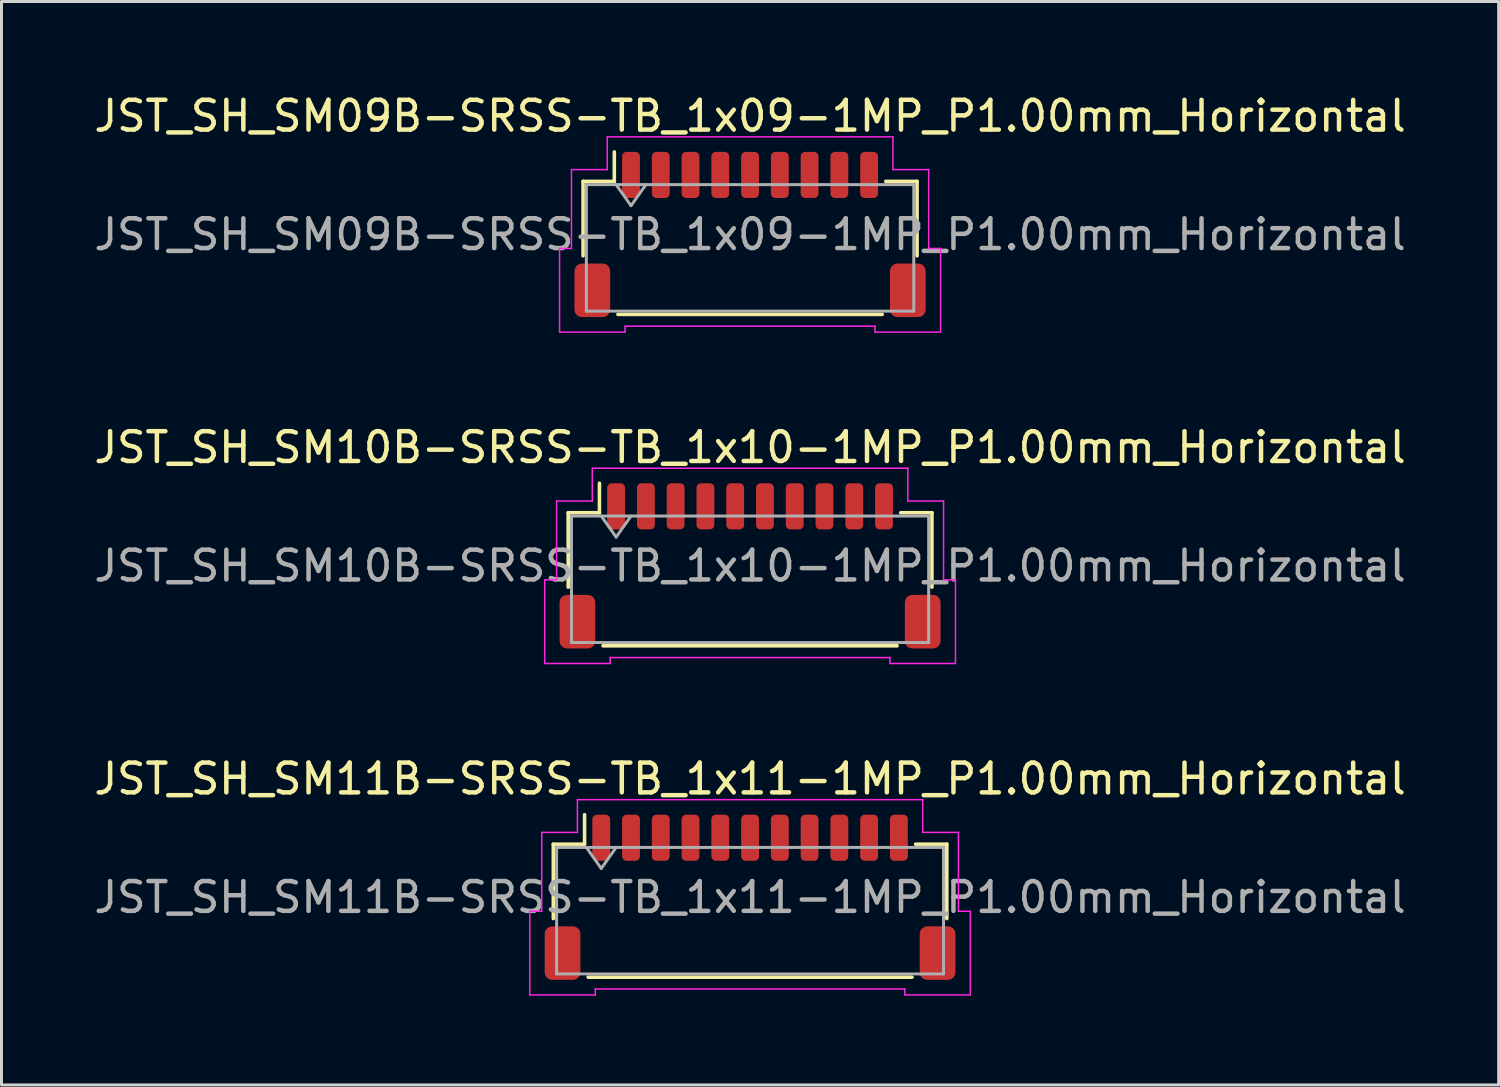
<source format=kicad_pcb>
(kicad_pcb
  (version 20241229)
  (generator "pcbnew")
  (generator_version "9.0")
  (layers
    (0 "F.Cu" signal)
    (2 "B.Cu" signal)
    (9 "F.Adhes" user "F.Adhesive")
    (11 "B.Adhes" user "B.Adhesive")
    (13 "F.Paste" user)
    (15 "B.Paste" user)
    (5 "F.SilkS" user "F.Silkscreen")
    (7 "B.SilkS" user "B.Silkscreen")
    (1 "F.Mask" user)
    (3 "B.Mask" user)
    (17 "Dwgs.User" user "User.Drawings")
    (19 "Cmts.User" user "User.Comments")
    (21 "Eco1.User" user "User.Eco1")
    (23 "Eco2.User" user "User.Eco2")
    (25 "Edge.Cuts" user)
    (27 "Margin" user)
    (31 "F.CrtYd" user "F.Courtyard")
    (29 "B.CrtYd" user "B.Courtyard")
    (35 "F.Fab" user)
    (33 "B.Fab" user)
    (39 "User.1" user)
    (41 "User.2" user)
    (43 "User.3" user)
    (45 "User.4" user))
  (footprint "JST_SH_SM11B-SRSS-TB_1x11-1MP_P1.00mm_Horizontal"
    (layer "F.Cu")
    (at 22.149 27.095)
    (property "Reference" "JST_SH_SM11B-SRSS-TB_1x11-1MP_P1.00mm_Horizontal" (at 0 -3.98 0) (layer "F.SilkS") (effects (font (size 1 1) (thickness 0.15))))
    (attr smd)
    (fp_line (start -6.61 -1.785) (end -5.56 -1.785) (stroke (width 0.12) (type solid)) (layer "F.SilkS"))
    (fp_line (start -6.61 0.715) (end -6.61 -1.785) (stroke (width 0.12) (type solid)) (layer "F.SilkS"))
    (fp_line (start -5.56 -1.785) (end -5.56 -2.775) (stroke (width 0.12) (type solid)) (layer "F.SilkS"))
    (fp_line (start -5.44 2.685) (end 5.44 2.685) (stroke (width 0.12) (type solid)) (layer "F.SilkS"))
    (fp_line (start 6.61 -1.785) (end 5.56 -1.785) (stroke (width 0.12) (type solid)) (layer "F.SilkS"))
    (fp_line (start 6.61 0.715) (end 6.61 -1.785) (stroke (width 0.12) (type solid)) (layer "F.SilkS"))
    (fp_line (start -7.4 0.47) (end -7 0.47) (stroke (width 0.05) (type solid)) (layer "F.CrtYd"))
    (fp_line (start -7.4 3.28) (end -7.4 0.47) (stroke (width 0.05) (type solid)) (layer "F.CrtYd"))
    (fp_line (start -7 -2.18) (end -5.8 -2.18) (stroke (width 0.05) (type solid)) (layer "F.CrtYd"))
    (fp_line (start -7 0.47) (end -7 -2.18) (stroke (width 0.05) (type solid)) (layer "F.CrtYd"))
    (fp_line (start -5.8 -3.28) (end 5.8 -3.28) (stroke (width 0.05) (type solid)) (layer "F.CrtYd"))
    (fp_line (start -5.8 -2.18) (end -5.8 -3.28) (stroke (width 0.05) (type solid)) (layer "F.CrtYd"))
    (fp_line (start -5.2 3.08) (end -5.2 3.28) (stroke (width 0.05) (type solid)) (layer "F.CrtYd"))
    (fp_line (start -5.2 3.28) (end -7.4 3.28) (stroke (width 0.05) (type solid)) (layer "F.CrtYd"))
    (fp_line (start 5.2 3.08) (end -5.2 3.08) (stroke (width 0.05) (type solid)) (layer "F.CrtYd"))
    (fp_line (start 5.2 3.28) (end 5.2 3.08) (stroke (width 0.05) (type solid)) (layer "F.CrtYd"))
    (fp_line (start 5.8 -3.28) (end 5.8 -2.18) (stroke (width 0.05) (type solid)) (layer "F.CrtYd"))
    (fp_line (start 5.8 -2.18) (end 7 -2.18) (stroke (width 0.05) (type solid)) (layer "F.CrtYd"))
    (fp_line (start 7 -2.18) (end 7 0.47) (stroke (width 0.05) (type solid)) (layer "F.CrtYd"))
    (fp_line (start 7 0.47) (end 7.4 0.47) (stroke (width 0.05) (type solid)) (layer "F.CrtYd"))
    (fp_line (start 7.4 0.47) (end 7.4 3.28) (stroke (width 0.05) (type solid)) (layer "F.CrtYd"))
    (fp_line (start 7.4 3.28) (end 5.2 3.28) (stroke (width 0.05) (type solid)) (layer "F.CrtYd"))
    (fp_line (start -6.5 -1.675) (end -6.5 2.575) (stroke (width 0.1) (type solid)) (layer "F.Fab"))
    (fp_line (start -6.5 -1.675) (end 6.5 -1.675) (stroke (width 0.1) (type solid)) (layer "F.Fab"))
    (fp_line (start -6.5 2.575) (end 6.5 2.575) (stroke (width 0.1) (type solid)) (layer "F.Fab"))
    (fp_line (start -5.5 -1.675) (end -5 -0.968) (stroke (width 0.1) (type solid)) (layer "F.Fab"))
    (fp_line (start -5 -0.968) (end -4.5 -1.675) (stroke (width 0.1) (type solid)) (layer "F.Fab"))
    (fp_line (start 6.5 -1.675) (end 6.5 2.575) (stroke (width 0.1) (type solid)) (layer "F.Fab"))
    (fp_text user "${REFERENCE}" (at 0 0 0) (layer "F.Fab") (effects (font (size 1 1) (thickness 0.15))))
    (pad "1" smd roundrect (at -5 -2) (size 0.6 1.55) (layers "F.Cu" "F.Mask" "F.Paste") (roundrect_rratio 0.25))
    (pad "2" smd roundrect (at -4 -2) (size 0.6 1.55) (layers "F.Cu" "F.Mask" "F.Paste") (roundrect_rratio 0.25))
    (pad "3" smd roundrect (at -3 -2) (size 0.6 1.55) (layers "F.Cu" "F.Mask" "F.Paste") (roundrect_rratio 0.25))
    (pad "4" smd roundrect (at -2 -2) (size 0.6 1.55) (layers "F.Cu" "F.Mask" "F.Paste") (roundrect_rratio 0.25))
    (pad "5" smd roundrect (at -1 -2) (size 0.6 1.55) (layers "F.Cu" "F.Mask" "F.Paste") (roundrect_rratio 0.25))
    (pad "6" smd roundrect (at 0 -2) (size 0.6 1.55) (layers "F.Cu" "F.Mask" "F.Paste") (roundrect_rratio 0.25))
    (pad "7" smd roundrect (at 1 -2) (size 0.6 1.55) (layers "F.Cu" "F.Mask" "F.Paste") (roundrect_rratio 0.25))
    (pad "8" smd roundrect (at 2 -2) (size 0.6 1.55) (layers "F.Cu" "F.Mask" "F.Paste") (roundrect_rratio 0.25))
    (pad "9" smd roundrect (at 3 -2) (size 0.6 1.55) (layers "F.Cu" "F.Mask" "F.Paste") (roundrect_rratio 0.25))
    (pad "10" smd roundrect (at 4 -2) (size 0.6 1.55) (layers "F.Cu" "F.Mask" "F.Paste") (roundrect_rratio 0.25))
    (pad "11" smd roundrect (at 5 -2) (size 0.6 1.55) (layers "F.Cu" "F.Mask" "F.Paste") (roundrect_rratio 0.25))
    (pad "MP" smd roundrect (at -6.3 1.875) (size 1.2 1.8) (layers "F.Cu" "F.Mask" "F.Paste") (roundrect_rratio 0.208))
    (pad "MP" smd roundrect (at 6.3 1.875) (size 1.2 1.8) (layers "F.Cu" "F.Mask" "F.Paste") (roundrect_rratio 0.208)))
  (footprint "JST_SH_SM09B-SRSS-TB_1x09-1MP_P1.00mm_Horizontal"
    (layer "F.Cu")
    (at 22.149 4.828)
    (property "Reference" "JST_SH_SM09B-SRSS-TB_1x09-1MP_P1.00mm_Horizontal" (at 0 -3.98 0) (layer "F.SilkS") (effects (font (size 1 1) (thickness 0.15))))
    (attr smd)
    (fp_line (start -5.61 -1.785) (end -4.56 -1.785) (stroke (width 0.12) (type solid)) (layer "F.SilkS"))
    (fp_line (start -5.61 0.715) (end -5.61 -1.785) (stroke (width 0.12) (type solid)) (layer "F.SilkS"))
    (fp_line (start -4.56 -1.785) (end -4.56 -2.775) (stroke (width 0.12) (type solid)) (layer "F.SilkS"))
    (fp_line (start -4.44 2.685) (end 4.44 2.685) (stroke (width 0.12) (type solid)) (layer "F.SilkS"))
    (fp_line (start 5.61 -1.785) (end 4.56 -1.785) (stroke (width 0.12) (type solid)) (layer "F.SilkS"))
    (fp_line (start 5.61 0.715) (end 5.61 -1.785) (stroke (width 0.12) (type solid)) (layer "F.SilkS"))
    (fp_line (start -6.4 0.47) (end -6 0.47) (stroke (width 0.05) (type solid)) (layer "F.CrtYd"))
    (fp_line (start -6.4 3.28) (end -6.4 0.47) (stroke (width 0.05) (type solid)) (layer "F.CrtYd"))
    (fp_line (start -6 -2.18) (end -4.8 -2.18) (stroke (width 0.05) (type solid)) (layer "F.CrtYd"))
    (fp_line (start -6 0.47) (end -6 -2.18) (stroke (width 0.05) (type solid)) (layer "F.CrtYd"))
    (fp_line (start -4.8 -3.28) (end 4.8 -3.28) (stroke (width 0.05) (type solid)) (layer "F.CrtYd"))
    (fp_line (start -4.8 -2.18) (end -4.8 -3.28) (stroke (width 0.05) (type solid)) (layer "F.CrtYd"))
    (fp_line (start -4.2 3.08) (end -4.2 3.28) (stroke (width 0.05) (type solid)) (layer "F.CrtYd"))
    (fp_line (start -4.2 3.28) (end -6.4 3.28) (stroke (width 0.05) (type solid)) (layer "F.CrtYd"))
    (fp_line (start 4.2 3.08) (end -4.2 3.08) (stroke (width 0.05) (type solid)) (layer "F.CrtYd"))
    (fp_line (start 4.2 3.28) (end 4.2 3.08) (stroke (width 0.05) (type solid)) (layer "F.CrtYd"))
    (fp_line (start 4.8 -3.28) (end 4.8 -2.18) (stroke (width 0.05) (type solid)) (layer "F.CrtYd"))
    (fp_line (start 4.8 -2.18) (end 6 -2.18) (stroke (width 0.05) (type solid)) (layer "F.CrtYd"))
    (fp_line (start 6 -2.18) (end 6 0.47) (stroke (width 0.05) (type solid)) (layer "F.CrtYd"))
    (fp_line (start 6 0.47) (end 6.4 0.47) (stroke (width 0.05) (type solid)) (layer "F.CrtYd"))
    (fp_line (start 6.4 0.47) (end 6.4 3.28) (stroke (width 0.05) (type solid)) (layer "F.CrtYd"))
    (fp_line (start 6.4 3.28) (end 4.2 3.28) (stroke (width 0.05) (type solid)) (layer "F.CrtYd"))
    (fp_line (start -5.5 -1.675) (end -5.5 2.575) (stroke (width 0.1) (type solid)) (layer "F.Fab"))
    (fp_line (start -5.5 -1.675) (end 5.5 -1.675) (stroke (width 0.1) (type solid)) (layer "F.Fab"))
    (fp_line (start -5.5 2.575) (end 5.5 2.575) (stroke (width 0.1) (type solid)) (layer "F.Fab"))
    (fp_line (start -4.5 -1.675) (end -4 -0.968) (stroke (width 0.1) (type solid)) (layer "F.Fab"))
    (fp_line (start -4 -0.968) (end -3.5 -1.675) (stroke (width 0.1) (type solid)) (layer "F.Fab"))
    (fp_line (start 5.5 -1.675) (end 5.5 2.575) (stroke (width 0.1) (type solid)) (layer "F.Fab"))
    (fp_text user "${REFERENCE}" (at 0 0 0) (layer "F.Fab") (effects (font (size 1 1) (thickness 0.15))))
    (pad "1" smd roundrect (at -4 -2) (size 0.6 1.55) (layers "F.Cu" "F.Mask" "F.Paste") (roundrect_rratio 0.25))
    (pad "2" smd roundrect (at -3 -2) (size 0.6 1.55) (layers "F.Cu" "F.Mask" "F.Paste") (roundrect_rratio 0.25))
    (pad "3" smd roundrect (at -2 -2) (size 0.6 1.55) (layers "F.Cu" "F.Mask" "F.Paste") (roundrect_rratio 0.25))
    (pad "4" smd roundrect (at -1 -2) (size 0.6 1.55) (layers "F.Cu" "F.Mask" "F.Paste") (roundrect_rratio 0.25))
    (pad "5" smd roundrect (at 0 -2) (size 0.6 1.55) (layers "F.Cu" "F.Mask" "F.Paste") (roundrect_rratio 0.25))
    (pad "6" smd roundrect (at 1 -2) (size 0.6 1.55) (layers "F.Cu" "F.Mask" "F.Paste") (roundrect_rratio 0.25))
    (pad "7" smd roundrect (at 2 -2) (size 0.6 1.55) (layers "F.Cu" "F.Mask" "F.Paste") (roundrect_rratio 0.25))
    (pad "8" smd roundrect (at 3 -2) (size 0.6 1.55) (layers "F.Cu" "F.Mask" "F.Paste") (roundrect_rratio 0.25))
    (pad "9" smd roundrect (at 4 -2) (size 0.6 1.55) (layers "F.Cu" "F.Mask" "F.Paste") (roundrect_rratio 0.25))
    (pad "MP" smd roundrect (at -5.3 1.875) (size 1.2 1.8) (layers "F.Cu" "F.Mask" "F.Paste") (roundrect_rratio 0.208))
    (pad "MP" smd roundrect (at 5.3 1.875) (size 1.2 1.8) (layers "F.Cu" "F.Mask" "F.Paste") (roundrect_rratio 0.208)))
  (footprint "JST_SH_SM10B-SRSS-TB_1x10-1MP_P1.00mm_Horizontal"
    (layer "F.Cu")
    (at 22.149 15.961)
    (property "Reference" "JST_SH_SM10B-SRSS-TB_1x10-1MP_P1.00mm_Horizontal" (at 0 -3.98 0) (layer "F.SilkS") (effects (font (size 1 1) (thickness 0.15))))
    (attr smd)
    (fp_line (start -6.11 -1.785) (end -5.06 -1.785) (stroke (width 0.12) (type solid)) (layer "F.SilkS"))
    (fp_line (start -6.11 0.715) (end -6.11 -1.785) (stroke (width 0.12) (type solid)) (layer "F.SilkS"))
    (fp_line (start -5.06 -1.785) (end -5.06 -2.775) (stroke (width 0.12) (type solid)) (layer "F.SilkS"))
    (fp_line (start -4.94 2.685) (end 4.94 2.685) (stroke (width 0.12) (type solid)) (layer "F.SilkS"))
    (fp_line (start 6.11 -1.785) (end 5.06 -1.785) (stroke (width 0.12) (type solid)) (layer "F.SilkS"))
    (fp_line (start 6.11 0.715) (end 6.11 -1.785) (stroke (width 0.12) (type solid)) (layer "F.SilkS"))
    (fp_line (start -6.9 0.47) (end -6.5 0.47) (stroke (width 0.05) (type solid)) (layer "F.CrtYd"))
    (fp_line (start -6.9 3.28) (end -6.9 0.47) (stroke (width 0.05) (type solid)) (layer "F.CrtYd"))
    (fp_line (start -6.5 -2.18) (end -5.3 -2.18) (stroke (width 0.05) (type solid)) (layer "F.CrtYd"))
    (fp_line (start -6.5 0.47) (end -6.5 -2.18) (stroke (width 0.05) (type solid)) (layer "F.CrtYd"))
    (fp_line (start -5.3 -3.28) (end 5.3 -3.28) (stroke (width 0.05) (type solid)) (layer "F.CrtYd"))
    (fp_line (start -5.3 -2.18) (end -5.3 -3.28) (stroke (width 0.05) (type solid)) (layer "F.CrtYd"))
    (fp_line (start -4.7 3.08) (end -4.7 3.28) (stroke (width 0.05) (type solid)) (layer "F.CrtYd"))
    (fp_line (start -4.7 3.28) (end -6.9 3.28) (stroke (width 0.05) (type solid)) (layer "F.CrtYd"))
    (fp_line (start 4.7 3.08) (end -4.7 3.08) (stroke (width 0.05) (type solid)) (layer "F.CrtYd"))
    (fp_line (start 4.7 3.28) (end 4.7 3.08) (stroke (width 0.05) (type solid)) (layer "F.CrtYd"))
    (fp_line (start 5.3 -3.28) (end 5.3 -2.18) (stroke (width 0.05) (type solid)) (layer "F.CrtYd"))
    (fp_line (start 5.3 -2.18) (end 6.5 -2.18) (stroke (width 0.05) (type solid)) (layer "F.CrtYd"))
    (fp_line (start 6.5 -2.18) (end 6.5 0.47) (stroke (width 0.05) (type solid)) (layer "F.CrtYd"))
    (fp_line (start 6.5 0.47) (end 6.9 0.47) (stroke (width 0.05) (type solid)) (layer "F.CrtYd"))
    (fp_line (start 6.9 0.47) (end 6.9 3.28) (stroke (width 0.05) (type solid)) (layer "F.CrtYd"))
    (fp_line (start 6.9 3.28) (end 4.7 3.28) (stroke (width 0.05) (type solid)) (layer "F.CrtYd"))
    (fp_line (start -6 -1.675) (end -6 2.575) (stroke (width 0.1) (type solid)) (layer "F.Fab"))
    (fp_line (start -6 -1.675) (end 6 -1.675) (stroke (width 0.1) (type solid)) (layer "F.Fab"))
    (fp_line (start -6 2.575) (end 6 2.575) (stroke (width 0.1) (type solid)) (layer "F.Fab"))
    (fp_line (start -5 -1.675) (end -4.5 -0.968) (stroke (width 0.1) (type solid)) (layer "F.Fab"))
    (fp_line (start -4.5 -0.968) (end -4 -1.675) (stroke (width 0.1) (type solid)) (layer "F.Fab"))
    (fp_line (start 6 -1.675) (end 6 2.575) (stroke (width 0.1) (type solid)) (layer "F.Fab"))
    (fp_text user "${REFERENCE}" (at 0 0 0) (layer "F.Fab") (effects (font (size 1 1) (thickness 0.15))))
    (pad "1" smd roundrect (at -4.5 -2) (size 0.6 1.55) (layers "F.Cu" "F.Mask" "F.Paste") (roundrect_rratio 0.25))
    (pad "2" smd roundrect (at -3.5 -2) (size 0.6 1.55) (layers "F.Cu" "F.Mask" "F.Paste") (roundrect_rratio 0.25))
    (pad "3" smd roundrect (at -2.5 -2) (size 0.6 1.55) (layers "F.Cu" "F.Mask" "F.Paste") (roundrect_rratio 0.25))
    (pad "4" smd roundrect (at -1.5 -2) (size 0.6 1.55) (layers "F.Cu" "F.Mask" "F.Paste") (roundrect_rratio 0.25))
    (pad "5" smd roundrect (at -0.5 -2) (size 0.6 1.55) (layers "F.Cu" "F.Mask" "F.Paste") (roundrect_rratio 0.25))
    (pad "6" smd roundrect (at 0.5 -2) (size 0.6 1.55) (layers "F.Cu" "F.Mask" "F.Paste") (roundrect_rratio 0.25))
    (pad "7" smd roundrect (at 1.5 -2) (size 0.6 1.55) (layers "F.Cu" "F.Mask" "F.Paste") (roundrect_rratio 0.25))
    (pad "8" smd roundrect (at 2.5 -2) (size 0.6 1.55) (layers "F.Cu" "F.Mask" "F.Paste") (roundrect_rratio 0.25))
    (pad "9" smd roundrect (at 3.5 -2) (size 0.6 1.55) (layers "F.Cu" "F.Mask" "F.Paste") (roundrect_rratio 0.25))
    (pad "10" smd roundrect (at 4.5 -2) (size 0.6 1.55) (layers "F.Cu" "F.Mask" "F.Paste") (roundrect_rratio 0.25))
    (pad "MP" smd roundrect (at -5.8 1.875) (size 1.2 1.8) (layers "F.Cu" "F.Mask" "F.Paste") (roundrect_rratio 0.208))
    (pad "MP" smd roundrect (at 5.8 1.875) (size 1.2 1.8) (layers "F.Cu" "F.Mask" "F.Paste") (roundrect_rratio 0.208)))
  (gr_rect
    (start -3 -3)
    (end 47.298 33.4)
    (stroke (width 0.1) (type default))
    (fill no)
    (layer "Edge.Cuts")))
</source>
